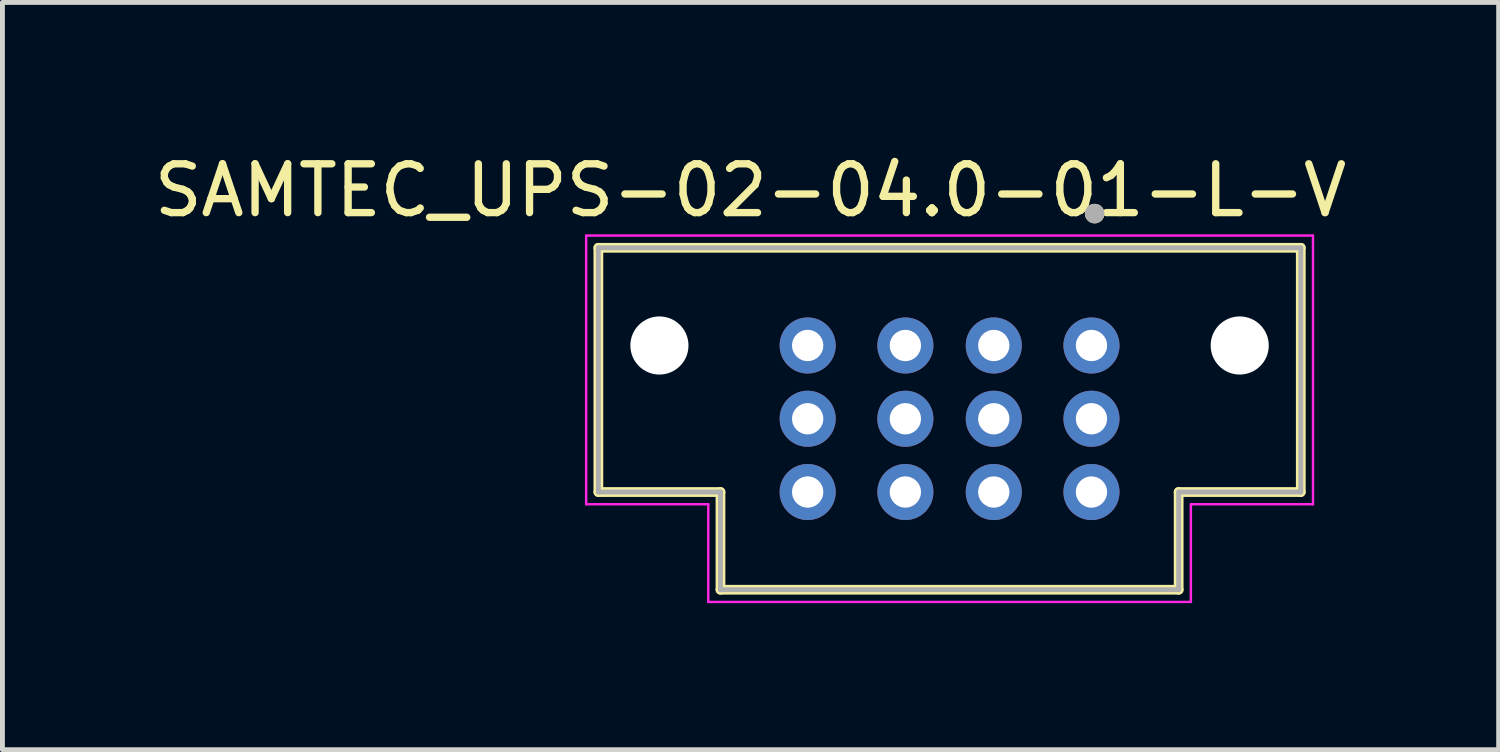
<source format=kicad_pcb>
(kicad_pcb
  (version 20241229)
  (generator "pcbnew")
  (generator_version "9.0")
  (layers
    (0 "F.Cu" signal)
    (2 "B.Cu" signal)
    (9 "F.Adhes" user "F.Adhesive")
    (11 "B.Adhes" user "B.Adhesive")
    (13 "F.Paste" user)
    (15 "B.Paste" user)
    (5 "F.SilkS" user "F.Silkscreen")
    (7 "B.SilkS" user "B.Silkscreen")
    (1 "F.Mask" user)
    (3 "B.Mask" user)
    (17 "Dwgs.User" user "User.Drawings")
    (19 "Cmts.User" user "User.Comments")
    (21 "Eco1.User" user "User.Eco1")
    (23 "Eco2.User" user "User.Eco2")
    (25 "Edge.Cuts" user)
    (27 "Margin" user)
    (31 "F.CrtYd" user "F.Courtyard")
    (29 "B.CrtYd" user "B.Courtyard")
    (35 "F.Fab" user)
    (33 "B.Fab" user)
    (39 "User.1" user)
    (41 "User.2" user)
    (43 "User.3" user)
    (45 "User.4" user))
  (footprint "SAMTEC_UPS-02-04.0-01-L-V"
    (layer "F.Cu")
    (at 16.39 4.023)
    (property "Reference" "SAMTEC_UPS-02-04.0-01-L-V" (at -4.075 -3.175 0) (layer "F.SilkS") (effects (font (size 1 1) (thickness 0.15))))
    (attr through_hole)
    (fp_line (start -7.19 -2) (end 7.19 -2) (stroke (width 0.2) (type solid)) (layer "F.SilkS"))
    (fp_line (start -7.19 3) (end -7.19 -2) (stroke (width 0.2) (type solid)) (layer "F.SilkS"))
    (fp_line (start -4.69 3) (end -7.19 3) (stroke (width 0.2) (type solid)) (layer "F.SilkS"))
    (fp_line (start -4.69 5) (end -4.69 3) (stroke (width 0.2) (type solid)) (layer "F.SilkS"))
    (fp_line (start 4.69 3) (end 4.69 5) (stroke (width 0.2) (type solid)) (layer "F.SilkS"))
    (fp_line (start 4.69 5) (end -4.69 5) (stroke (width 0.2) (type solid)) (layer "F.SilkS"))
    (fp_line (start 7.19 -2) (end 7.19 3) (stroke (width 0.2) (type solid)) (layer "F.SilkS"))
    (fp_line (start 7.19 3) (end 4.69 3) (stroke (width 0.2) (type solid)) (layer "F.SilkS"))
    (fp_circle (center 2.97 -2.7) (end 3.07 -2.7) (stroke (width 0.2) (type solid)) (fill no) (layer "F.SilkS"))
    (fp_line (start -7.44 -2.25) (end 7.44 -2.25) (stroke (width 0.05) (type solid)) (layer "F.CrtYd"))
    (fp_line (start -7.44 3.25) (end -7.44 -2.25) (stroke (width 0.05) (type solid)) (layer "F.CrtYd"))
    (fp_line (start -4.94 3.25) (end -7.44 3.25) (stroke (width 0.05) (type solid)) (layer "F.CrtYd"))
    (fp_line (start -4.94 5.25) (end -4.94 3.25) (stroke (width 0.05) (type solid)) (layer "F.CrtYd"))
    (fp_line (start 4.94 3.25) (end 4.94 5.25) (stroke (width 0.05) (type solid)) (layer "F.CrtYd"))
    (fp_line (start 4.94 5.25) (end -4.94 5.25) (stroke (width 0.05) (type solid)) (layer "F.CrtYd"))
    (fp_line (start 7.44 -2.25) (end 7.44 3.25) (stroke (width 0.05) (type solid)) (layer "F.CrtYd"))
    (fp_line (start 7.44 3.25) (end 4.94 3.25) (stroke (width 0.05) (type solid)) (layer "F.CrtYd"))
    (fp_line (start -7.19 -2) (end 7.19 -2) (stroke (width 0.1) (type solid)) (layer "F.Fab"))
    (fp_line (start -7.19 3) (end -7.19 -2) (stroke (width 0.1) (type solid)) (layer "F.Fab"))
    (fp_line (start -4.69 3) (end -7.19 3) (stroke (width 0.1) (type solid)) (layer "F.Fab"))
    (fp_line (start -4.69 5) (end -4.69 3) (stroke (width 0.1) (type solid)) (layer "F.Fab"))
    (fp_line (start 4.69 3) (end 4.69 5) (stroke (width 0.1) (type solid)) (layer "F.Fab"))
    (fp_line (start 4.69 5) (end -4.69 5) (stroke (width 0.1) (type solid)) (layer "F.Fab"))
    (fp_line (start 7.19 -2) (end 7.19 3) (stroke (width 0.1) (type solid)) (layer "F.Fab"))
    (fp_line (start 7.19 3) (end 4.69 3) (stroke (width 0.1) (type solid)) (layer "F.Fab"))
    (fp_circle (center 2.97 -2.7) (end 3.07 -2.7) (stroke (width 0.2) (type solid)) (fill no) (layer "F.Fab"))
    (pad "" np_thru_hole circle (at -5.94 0) (size 1.19 1.19) (drill 1.19) (layers "*.Cu" "*.Mask"))
    (pad "" np_thru_hole circle (at 5.94 0) (size 1.19 1.19) (drill 1.19) (layers "*.Cu" "*.Mask"))
    (pad "1" thru_hole circle (at 0.905 0) (size 1.148 1.148) (drill 0.64) (layers "*.Cu" "*.Mask"))
    (pad "1" thru_hole circle (at 0.905 1.5) (size 1.148 1.148) (drill 0.64) (layers "*.Cu" "*.Mask"))
    (pad "1" thru_hole circle (at 0.905 3) (size 1.148 1.148) (drill 0.64) (layers "*.Cu" "*.Mask"))
    (pad "1" thru_hole circle (at 2.905 0) (size 1.148 1.148) (drill 0.64) (layers "*.Cu" "*.Mask"))
    (pad "1" thru_hole circle (at 2.905 1.5) (size 1.148 1.148) (drill 0.64) (layers "*.Cu" "*.Mask"))
    (pad "1" thru_hole circle (at 2.905 3) (size 1.148 1.148) (drill 0.64) (layers "*.Cu" "*.Mask"))
    (pad "2" thru_hole circle (at -2.905 0) (size 1.148 1.148) (drill 0.64) (layers "*.Cu" "*.Mask"))
    (pad "2" thru_hole circle (at -2.905 1.5) (size 1.148 1.148) (drill 0.64) (layers "*.Cu" "*.Mask"))
    (pad "2" thru_hole circle (at -2.905 3) (size 1.148 1.148) (drill 0.64) (layers "*.Cu" "*.Mask"))
    (pad "2" thru_hole circle (at -0.905 0) (size 1.148 1.148) (drill 0.64) (layers "*.Cu" "*.Mask"))
    (pad "2" thru_hole circle (at -0.905 1.5) (size 1.148 1.148) (drill 0.64) (layers "*.Cu" "*.Mask"))
    (pad "2" thru_hole circle (at -0.905 3) (size 1.148 1.148) (drill 0.64) (layers "*.Cu" "*.Mask")))
  (gr_rect
    (start -3 -3)
    (end 27.631 12.298)
    (stroke (width 0.1) (type default))
    (fill no)
    (layer "Edge.Cuts")))
</source>
